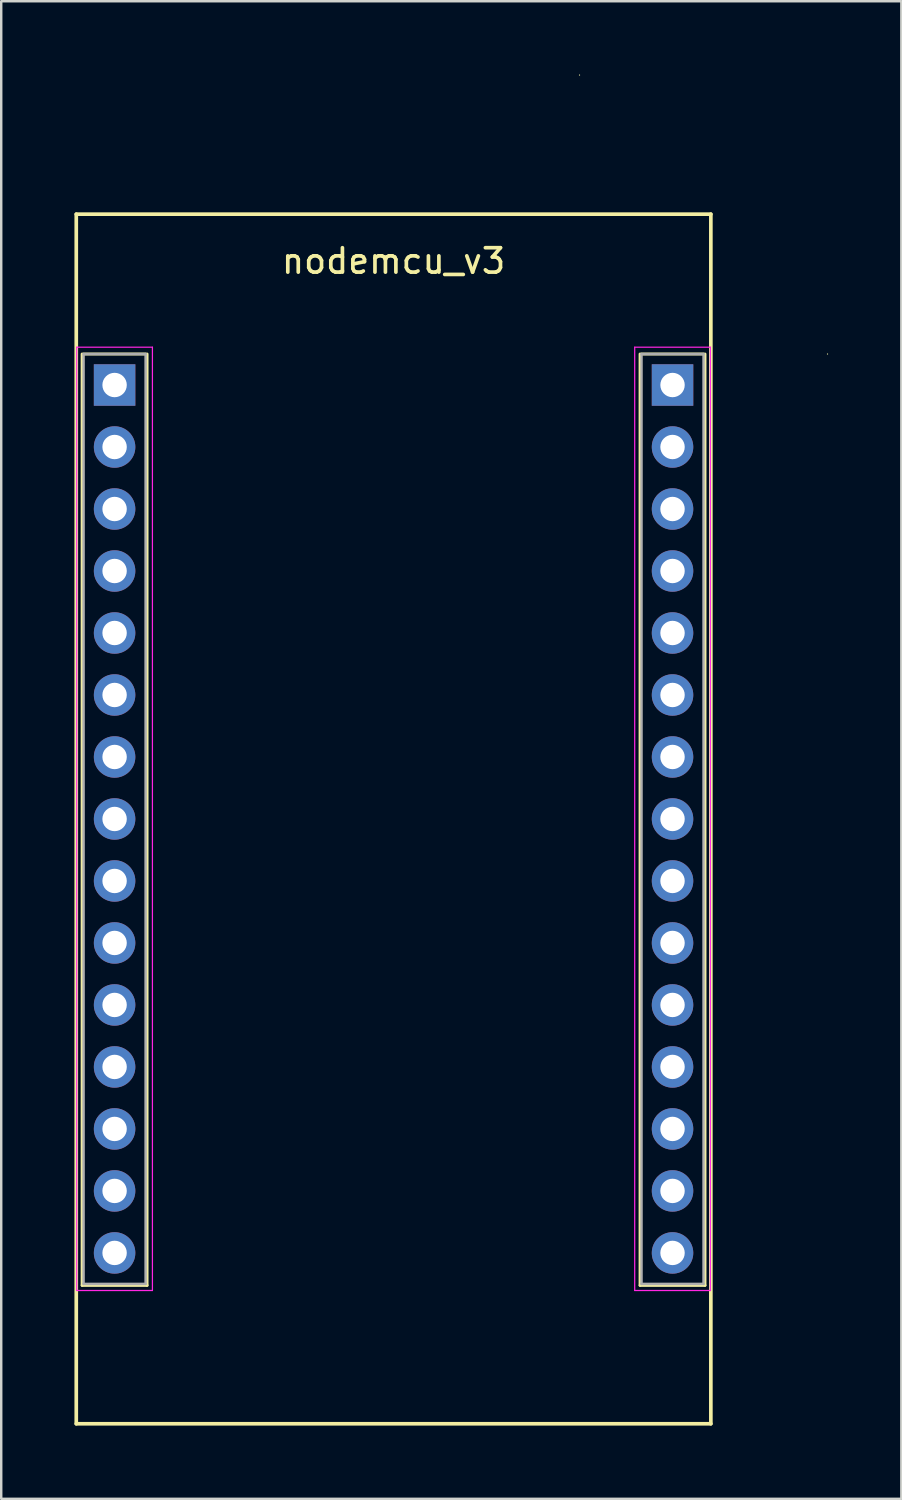
<source format=kicad_pcb>
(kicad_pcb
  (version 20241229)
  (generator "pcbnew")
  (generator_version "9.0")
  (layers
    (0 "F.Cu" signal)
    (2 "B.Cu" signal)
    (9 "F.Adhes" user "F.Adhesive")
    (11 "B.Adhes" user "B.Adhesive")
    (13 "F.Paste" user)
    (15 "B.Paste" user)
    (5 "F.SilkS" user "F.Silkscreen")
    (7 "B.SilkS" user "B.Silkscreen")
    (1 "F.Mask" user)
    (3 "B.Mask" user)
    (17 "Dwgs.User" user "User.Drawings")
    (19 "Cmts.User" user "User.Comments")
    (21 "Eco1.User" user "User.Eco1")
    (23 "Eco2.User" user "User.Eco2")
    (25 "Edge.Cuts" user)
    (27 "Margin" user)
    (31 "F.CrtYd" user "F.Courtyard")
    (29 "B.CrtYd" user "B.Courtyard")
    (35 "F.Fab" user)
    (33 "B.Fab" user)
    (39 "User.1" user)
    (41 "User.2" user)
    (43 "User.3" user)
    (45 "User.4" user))
  (footprint "nodemcu_v3"
    (layer "F.Cu")
    (at 13.075 12.725)
    (property "Reference" "nodemcu_v3" (at 0 -5.08 0) (layer "F.SilkS") (effects (font (size 1 1) (thickness 0.15))))
    (attr through_hole)
    (fp_line (start -13 -7) (end -13 42.56) (stroke (width 0.15) (type solid)) (layer "F.SilkS"))
    (fp_line (start -13 -7) (end 13 -7) (stroke (width 0.15) (type solid)) (layer "F.SilkS"))
    (fp_line (start -13 42.56) (end 13 42.56) (stroke (width 0.15) (type solid)) (layer "F.SilkS"))
    (fp_line (start -12.76 -1.27) (end -12.76 36.89) (stroke (width 0.12) (type solid)) (layer "F.SilkS"))
    (fp_line (start -12.76 36.89) (end -10.1 36.89) (stroke (width 0.12) (type solid)) (layer "F.SilkS"))
    (fp_line (start -10.16 -1.27) (end -12.7 -1.27) (stroke (width 0.12) (type solid)) (layer "F.SilkS"))
    (fp_line (start -10.1 36.89) (end -10.1 -1.27) (stroke (width 0.12) (type solid)) (layer "F.SilkS"))
    (fp_line (start 7.62 -12.7) (end 7.62 -12.7) (stroke (width 0.05) (type solid)) (layer "F.SilkS"))
    (fp_line (start 10.1 -1.27) (end 10.1 36.89) (stroke (width 0.12) (type solid)) (layer "F.SilkS"))
    (fp_line (start 10.1 36.89) (end 12.76 36.89) (stroke (width 0.12) (type solid)) (layer "F.SilkS"))
    (fp_line (start 12.7 -1.27) (end 10.16 -1.27) (stroke (width 0.12) (type solid)) (layer "F.SilkS"))
    (fp_line (start 12.76 36.89) (end 12.76 -1.27) (stroke (width 0.12) (type solid)) (layer "F.SilkS"))
    (fp_line (start 13 -7) (end 13 42.56) (stroke (width 0.15) (type solid)) (layer "F.SilkS"))
    (fp_line (start 17.78 -1.27) (end 17.78 -1.27) (stroke (width 0.05) (type solid)) (layer "F.SilkS"))
    (fp_line (start -12.98 -1.55) (end -12.98 37.1) (stroke (width 0.05) (type solid)) (layer "F.CrtYd"))
    (fp_line (start -12.98 37.1) (end -9.88 37.1) (stroke (width 0.05) (type solid)) (layer "F.CrtYd"))
    (fp_line (start -9.88 -1.55) (end -12.98 -1.55) (stroke (width 0.05) (type solid)) (layer "F.CrtYd"))
    (fp_line (start -9.88 37.1) (end -9.88 -1.55) (stroke (width 0.05) (type solid)) (layer "F.CrtYd"))
    (fp_line (start 9.88 -1.55) (end 9.88 37.1) (stroke (width 0.05) (type solid)) (layer "F.CrtYd"))
    (fp_line (start 9.88 37.1) (end 12.98 37.1) (stroke (width 0.05) (type solid)) (layer "F.CrtYd"))
    (fp_line (start 12.98 -1.55) (end 9.88 -1.55) (stroke (width 0.05) (type solid)) (layer "F.CrtYd"))
    (fp_line (start 12.98 37.1) (end 12.98 -1.55) (stroke (width 0.05) (type solid)) (layer "F.CrtYd"))
    (fp_line (start -12.7 -1.27) (end -12.7 36.83) (stroke (width 0.1) (type solid)) (layer "F.Fab"))
    (fp_line (start -12.7 36.83) (end -10.16 36.83) (stroke (width 0.1) (type solid)) (layer "F.Fab"))
    (fp_line (start -10.16 -1.27) (end -12.7 -1.27) (stroke (width 0.1) (type solid)) (layer "F.Fab"))
    (fp_line (start -10.16 36.83) (end -10.16 -1.27) (stroke (width 0.1) (type solid)) (layer "F.Fab"))
    (fp_line (start 10.16 -1.27) (end 10.16 36.83) (stroke (width 0.1) (type solid)) (layer "F.Fab"))
    (fp_line (start 10.16 36.83) (end 12.7 36.83) (stroke (width 0.1) (type solid)) (layer "F.Fab"))
    (fp_line (start 12.7 -1.27) (end 10.16 -1.27) (stroke (width 0.1) (type solid)) (layer "F.Fab"))
    (fp_line (start 12.7 36.83) (end 12.7 -1.27) (stroke (width 0.1) (type solid)) (layer "F.Fab"))
    (pad "1" thru_hole rect (at -11.43 0) (size 1.7 1.7) (drill 1) (layers "*.Cu" "*.Mask"))
    (pad "1" thru_hole rect (at 11.43 0) (size 1.7 1.7) (drill 1) (layers "*.Cu" "*.Mask"))
    (pad "2" thru_hole oval (at -11.43 2.54) (size 1.7 1.7) (drill 1) (layers "*.Cu" "*.Mask"))
    (pad "2" thru_hole oval (at 11.43 2.54) (size 1.7 1.7) (drill 1) (layers "*.Cu" "*.Mask"))
    (pad "3" thru_hole oval (at -11.43 5.08) (size 1.7 1.7) (drill 1) (layers "*.Cu" "*.Mask"))
    (pad "3" thru_hole oval (at 11.43 5.08) (size 1.7 1.7) (drill 1) (layers "*.Cu" "*.Mask"))
    (pad "4" thru_hole oval (at -11.43 7.62) (size 1.7 1.7) (drill 1) (layers "*.Cu" "*.Mask"))
    (pad "4" thru_hole oval (at 11.43 7.62) (size 1.7 1.7) (drill 1) (layers "*.Cu" "*.Mask"))
    (pad "5" thru_hole oval (at -11.43 10.16) (size 1.7 1.7) (drill 1) (layers "*.Cu" "*.Mask"))
    (pad "5" thru_hole oval (at 11.43 10.16) (size 1.7 1.7) (drill 1) (layers "*.Cu" "*.Mask"))
    (pad "6" thru_hole oval (at -11.43 12.7) (size 1.7 1.7) (drill 1) (layers "*.Cu" "*.Mask"))
    (pad "6" thru_hole oval (at 11.43 12.7) (size 1.7 1.7) (drill 1) (layers "*.Cu" "*.Mask"))
    (pad "7" thru_hole oval (at -11.43 15.24) (size 1.7 1.7) (drill 1) (layers "*.Cu" "*.Mask"))
    (pad "7" thru_hole oval (at 11.43 15.24) (size 1.7 1.7) (drill 1) (layers "*.Cu" "*.Mask"))
    (pad "8" thru_hole oval (at -11.43 17.78) (size 1.7 1.7) (drill 1) (layers "*.Cu" "*.Mask"))
    (pad "8" thru_hole oval (at 11.43 17.78) (size 1.7 1.7) (drill 1) (layers "*.Cu" "*.Mask"))
    (pad "9" thru_hole oval (at -11.43 20.32) (size 1.7 1.7) (drill 1) (layers "*.Cu" "*.Mask"))
    (pad "9" thru_hole oval (at 11.43 20.32) (size 1.7 1.7) (drill 1) (layers "*.Cu" "*.Mask"))
    (pad "10" thru_hole oval (at -11.43 22.86) (size 1.7 1.7) (drill 1) (layers "*.Cu" "*.Mask"))
    (pad "10" thru_hole oval (at 11.43 22.86) (size 1.7 1.7) (drill 1) (layers "*.Cu" "*.Mask"))
    (pad "11" thru_hole oval (at -11.43 25.4) (size 1.7 1.7) (drill 1) (layers "*.Cu" "*.Mask"))
    (pad "11" thru_hole oval (at 11.43 25.4) (size 1.7 1.7) (drill 1) (layers "*.Cu" "*.Mask"))
    (pad "12" thru_hole oval (at -11.43 27.94) (size 1.7 1.7) (drill 1) (layers "*.Cu" "*.Mask"))
    (pad "12" thru_hole oval (at 11.43 27.94) (size 1.7 1.7) (drill 1) (layers "*.Cu" "*.Mask"))
    (pad "13" thru_hole oval (at -11.43 30.48) (size 1.7 1.7) (drill 1) (layers "*.Cu" "*.Mask"))
    (pad "13" thru_hole oval (at 11.43 30.48) (size 1.7 1.7) (drill 1) (layers "*.Cu" "*.Mask"))
    (pad "14" thru_hole oval (at -11.43 33.02) (size 1.7 1.7) (drill 1) (layers "*.Cu" "*.Mask"))
    (pad "14" thru_hole oval (at 11.43 33.02) (size 1.7 1.7) (drill 1) (layers "*.Cu" "*.Mask"))
    (pad "15" thru_hole oval (at -11.43 35.56) (size 1.7 1.7) (drill 1) (layers "*.Cu" "*.Mask"))
    (pad "15" thru_hole oval (at 11.43 35.56) (size 1.7 1.7) (drill 1) (layers "*.Cu" "*.Mask")))
  (gr_rect
    (start -3 -3)
    (end 33.88 58.36)
    (stroke (width 0.1) (type default))
    (fill no)
    (layer "Edge.Cuts")))
</source>
